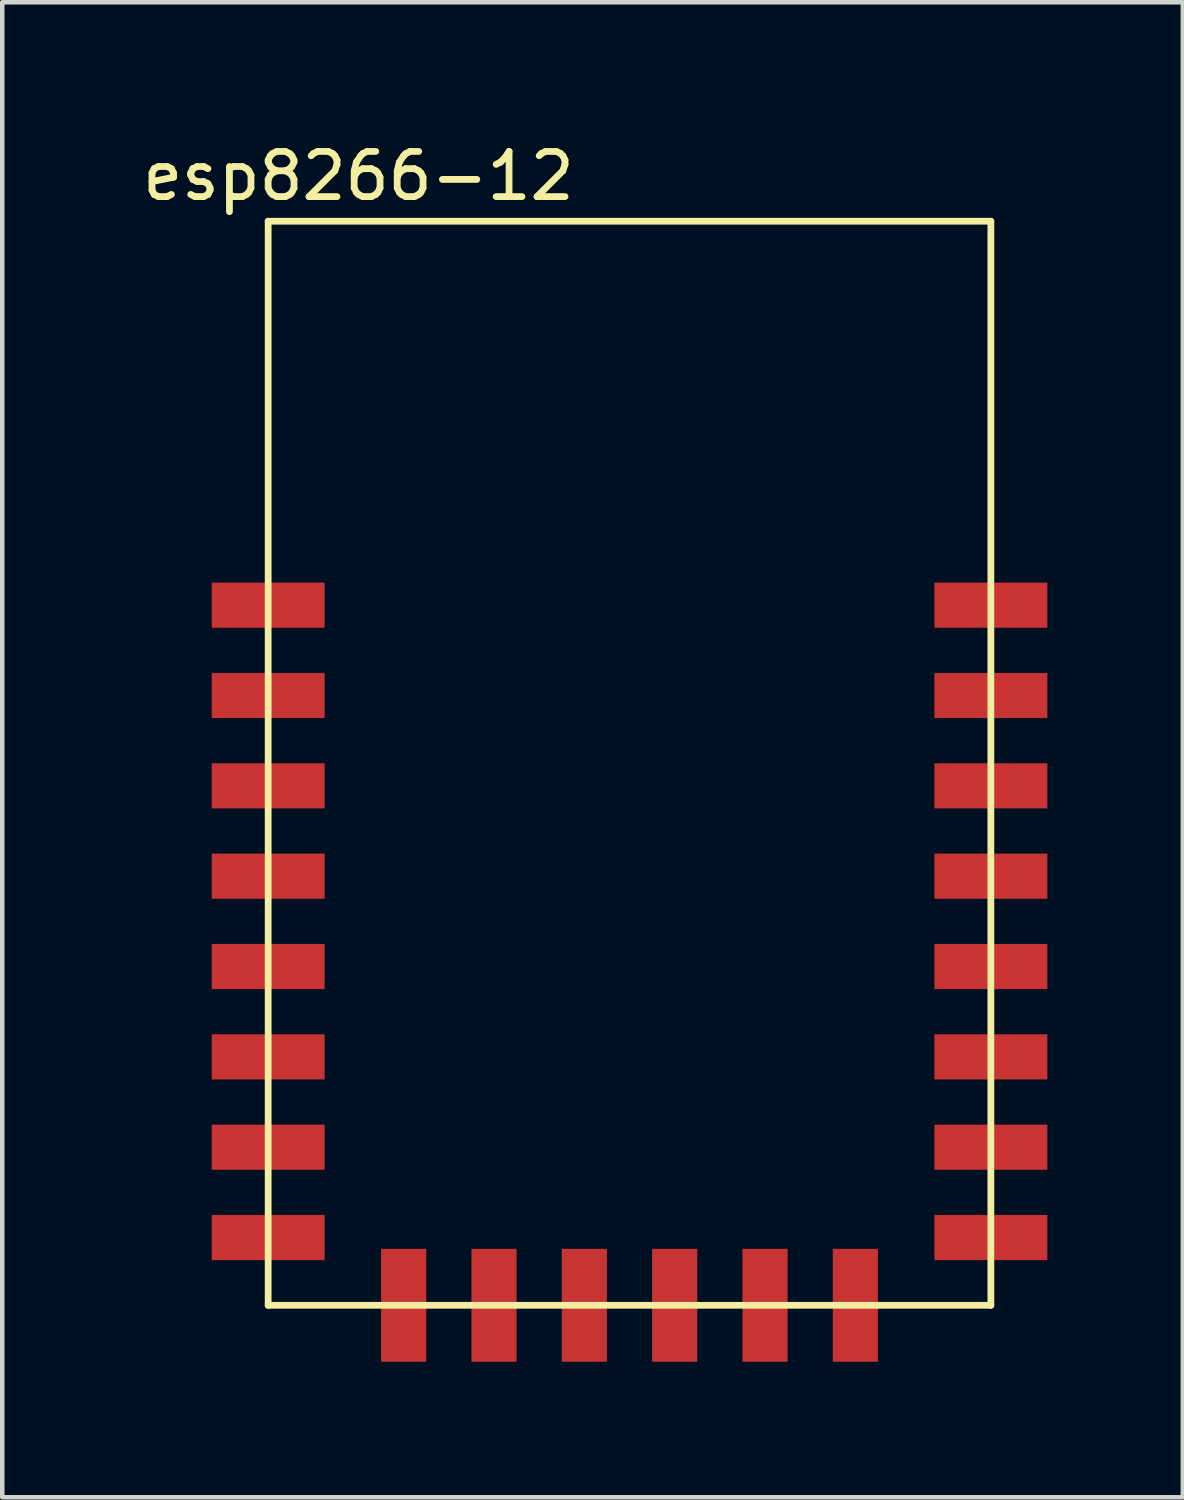
<source format=kicad_pcb>
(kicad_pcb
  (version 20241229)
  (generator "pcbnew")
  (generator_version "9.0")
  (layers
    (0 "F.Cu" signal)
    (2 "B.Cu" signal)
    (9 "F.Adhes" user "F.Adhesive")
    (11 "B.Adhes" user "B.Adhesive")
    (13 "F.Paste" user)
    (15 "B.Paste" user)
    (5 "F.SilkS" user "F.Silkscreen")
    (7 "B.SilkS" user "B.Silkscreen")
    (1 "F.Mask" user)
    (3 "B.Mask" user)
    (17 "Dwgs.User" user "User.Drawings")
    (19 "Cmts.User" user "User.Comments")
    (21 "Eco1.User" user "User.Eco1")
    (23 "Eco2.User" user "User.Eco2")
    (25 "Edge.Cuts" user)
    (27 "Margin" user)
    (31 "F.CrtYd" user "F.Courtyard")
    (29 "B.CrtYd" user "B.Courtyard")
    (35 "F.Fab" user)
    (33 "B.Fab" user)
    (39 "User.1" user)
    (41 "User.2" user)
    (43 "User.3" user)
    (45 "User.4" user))
  (footprint "esp8266-12"
    (layer "F.Cu")
    (at 10.887 25.848)
    (property "Reference" "esp8266-12" (at -6 -25 0) (layer "F.SilkS") (effects (font (size 1 1) (thickness 0.15))))
    (attr through_hole)
    (fp_line (start -8 -24) (end 8 -24) (stroke (width 0.15) (type solid)) (layer "F.SilkS"))
    (fp_line (start -8 0) (end -8 -24) (stroke (width 0.15) (type solid)) (layer "F.SilkS"))
    (fp_line (start 8 -24) (end 8 0) (stroke (width 0.15) (type solid)) (layer "F.SilkS"))
    (fp_line (start 8 0) (end -8 0) (stroke (width 0.15) (type solid)) (layer "F.SilkS"))
    (pad "1" smd rect (at -8 -15.5) (size 2.5 1) (layers "F.Cu" "F.Mask" "F.Paste"))
    (pad "2" smd rect (at -8 -13.5) (size 2.5 1) (layers "F.Cu" "F.Mask" "F.Paste"))
    (pad "3" smd rect (at -8 -11.5) (size 2.5 1) (layers "F.Cu" "F.Mask" "F.Paste"))
    (pad "4" smd rect (at -8 -9.5) (size 2.5 1) (layers "F.Cu" "F.Mask" "F.Paste"))
    (pad "5" smd rect (at -8 -7.5) (size 2.5 1) (layers "F.Cu" "F.Mask" "F.Paste"))
    (pad "6" smd rect (at -8 -5.5) (size 2.5 1) (layers "F.Cu" "F.Mask" "F.Paste"))
    (pad "7" smd rect (at -8 -3.5) (size 2.5 1) (layers "F.Cu" "F.Mask" "F.Paste"))
    (pad "8" smd rect (at -8 -1.5) (size 2.5 1) (layers "F.Cu" "F.Mask" "F.Paste"))
    (pad "9" smd rect (at -5 0 90) (size 2.5 1) (layers "F.Cu" "F.Mask" "F.Paste"))
    (pad "10" smd rect (at -3 0 90) (size 2.5 1) (layers "F.Cu" "F.Mask" "F.Paste"))
    (pad "11" smd rect (at -1 0 90) (size 2.5 1) (layers "F.Cu" "F.Mask" "F.Paste"))
    (pad "12" smd rect (at 1 0 90) (size 2.5 1) (layers "F.Cu" "F.Mask" "F.Paste"))
    (pad "13" smd rect (at 3 0 90) (size 2.5 1) (layers "F.Cu" "F.Mask" "F.Paste"))
    (pad "14" smd rect (at 5 0 90) (size 2.5 1) (layers "F.Cu" "F.Mask" "F.Paste"))
    (pad "15" smd rect (at 8 -1.5) (size 2.5 1) (layers "F.Cu" "F.Mask" "F.Paste"))
    (pad "16" smd rect (at 8 -3.5) (size 2.5 1) (layers "F.Cu" "F.Mask" "F.Paste"))
    (pad "17" smd rect (at 8 -5.5) (size 2.5 1) (layers "F.Cu" "F.Mask" "F.Paste"))
    (pad "18" smd rect (at 8 -7.5) (size 2.5 1) (layers "F.Cu" "F.Mask" "F.Paste"))
    (pad "19" smd rect (at 8 -9.5) (size 2.5 1) (layers "F.Cu" "F.Mask" "F.Paste"))
    (pad "20" smd rect (at 8 -11.5) (size 2.5 1) (layers "F.Cu" "F.Mask" "F.Paste"))
    (pad "21" smd rect (at 8 -13.5) (size 2.5 1) (layers "F.Cu" "F.Mask" "F.Paste"))
    (pad "22" smd rect (at 8 -15.5) (size 2.5 1) (layers "F.Cu" "F.Mask" "F.Paste")))
  (gr_rect
    (start -3 -3)
    (end 23.137 30.098)
    (stroke (width 0.1) (type default))
    (fill no)
    (layer "Edge.Cuts")))
</source>
